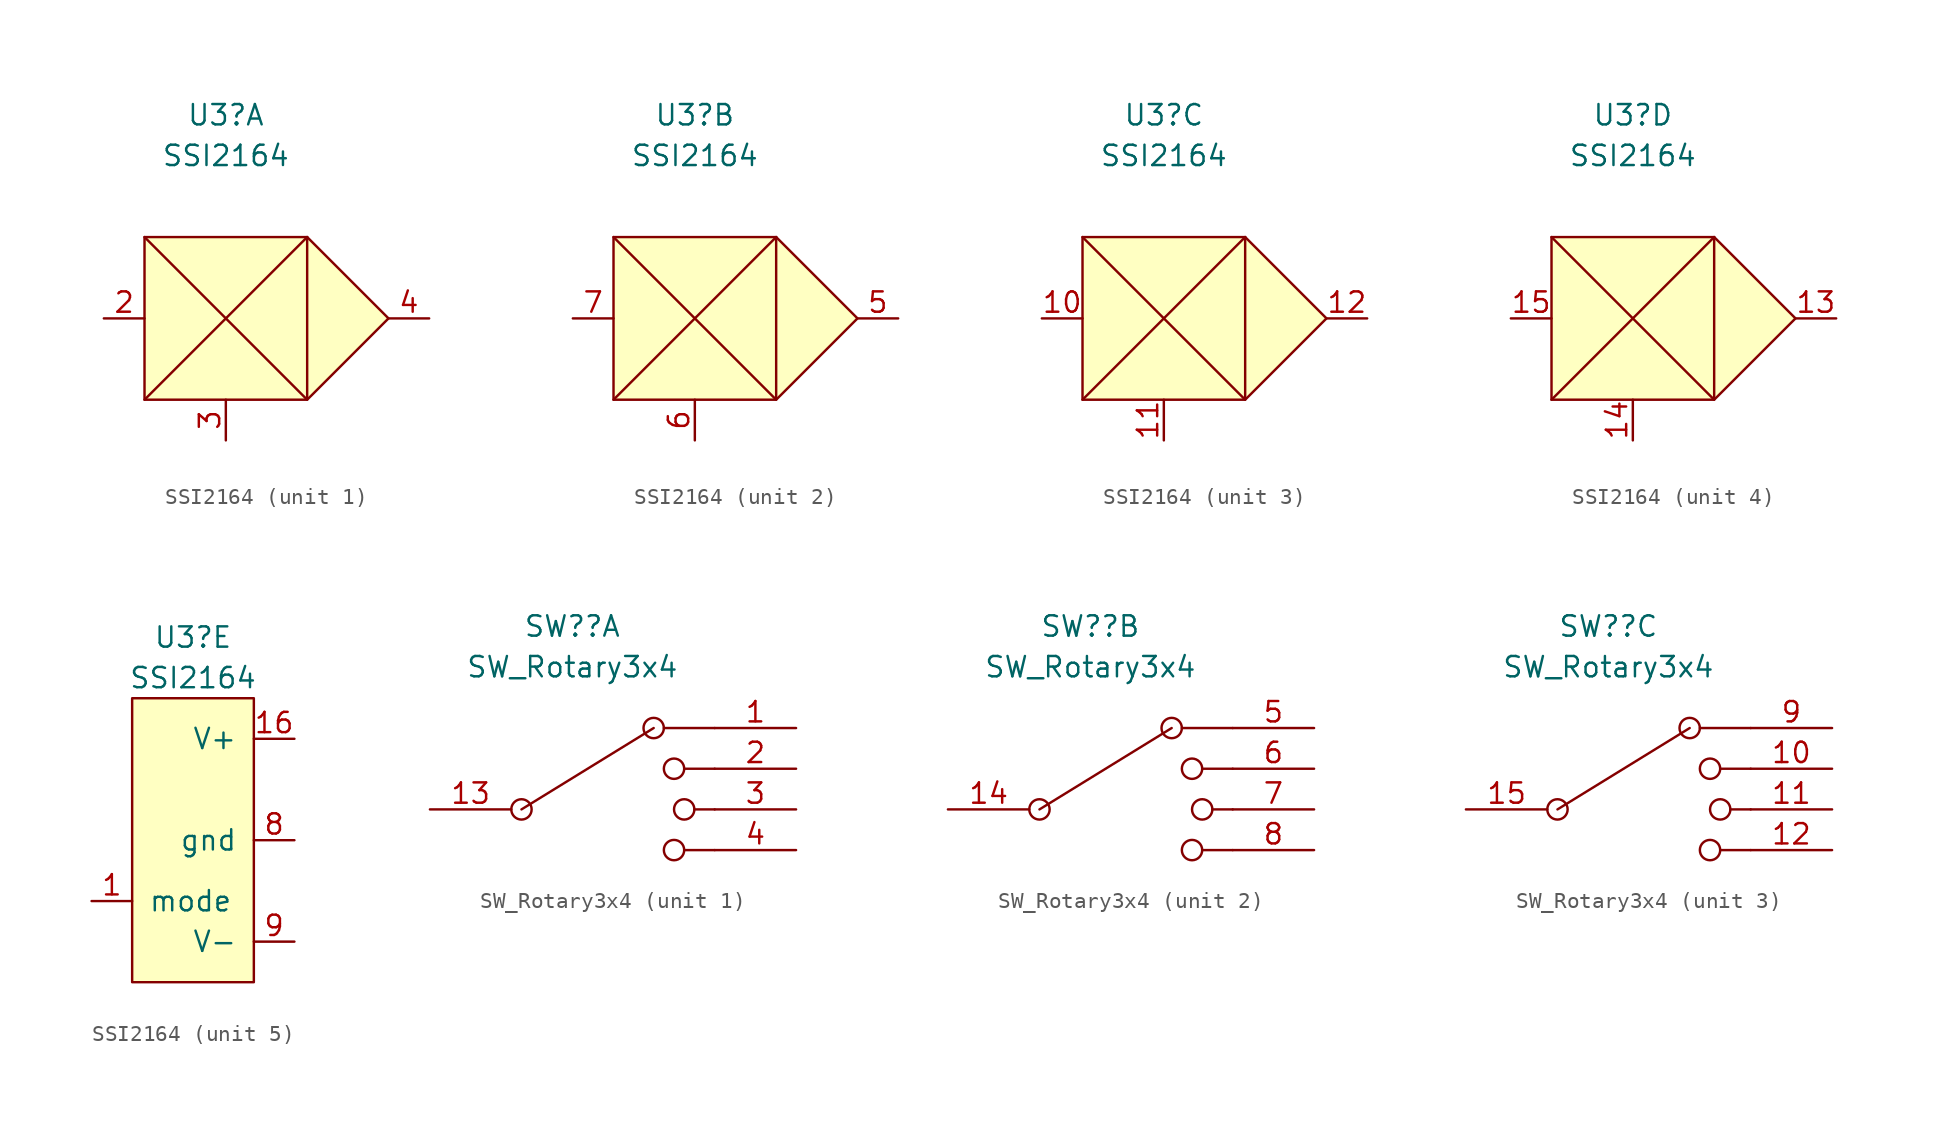
<source format=kicad_sym>
(kicad_symbol_lib
  (version 20220914)
  (generator kicad_symbol_editor)
  (symbol "SSI2164"
    (pin_names
      (offset 1.016))
    (property "Reference" "U3"
      (at 0 12.7 0)
      (effects (font (size 1.27 1.27))))
    (property "Value" "SSI2164"
      (at 0 10.16 0)
      (effects (font (size 1.27 1.27))))
    (property "ki_locked" ""
      (at 0 0 0)
      (effects (font (size 1.27 1.27))))
    (symbol "SSI2164_1_1"
      (rectangle (start -5.08 5.08) (end 5.08 -5.08) (stroke (width 0) (type default)) (fill (type background)))
      (polyline (pts (xy 5.08 5.08) (xy -5.08 -5.08)) (stroke (width 0) (type default)) (fill (type none)))
      (polyline (pts (xy 5.08 5.08) (xy 10.16 0) (xy 5.08 -5.08) (xy -5.08 5.08)) (stroke (width 0) (type default)) (fill (type background)))
      (pin input line (at -7.62 0 0) (length 2.54) (name "~" (effects (font (size 1.27 1.27)))) (number "2" (effects (font (size 1.27 1.27)))))
      (pin input line (at 0 -7.62 90) (length 2.54) (name "~" (effects (font (size 1.27 1.27)))) (number "3" (effects (font (size 1.27 1.27)))))
      (pin output line (at 12.7 0 180) (length 2.54) (name "~" (effects (font (size 1.27 1.27)))) (number "4" (effects (font (size 1.27 1.27))))))
    (symbol "SSI2164_2_1"
      (rectangle (start -5.08 5.08) (end 5.08 -5.08) (stroke (width 0) (type default)) (fill (type background)))
      (polyline (pts (xy 5.08 5.08) (xy -5.08 -5.08)) (stroke (width 0) (type default)) (fill (type none)))
      (polyline (pts (xy 5.08 5.08) (xy 10.16 0) (xy 5.08 -5.08) (xy -5.08 5.08)) (stroke (width 0) (type default)) (fill (type background)))
      (pin output line (at 12.7 0 180) (length 2.54) (name "~" (effects (font (size 1.27 1.27)))) (number "5" (effects (font (size 1.27 1.27)))))
      (pin input line (at 0 -7.62 90) (length 2.54) (name "~" (effects (font (size 1.27 1.27)))) (number "6" (effects (font (size 1.27 1.27)))))
      (pin input line (at -7.62 0 0) (length 2.54) (name "~" (effects (font (size 1.27 1.27)))) (number "7" (effects (font (size 1.27 1.27))))))
    (symbol "SSI2164_3_1"
      (rectangle (start -5.08 5.08) (end 5.08 -5.08) (stroke (width 0) (type default)) (fill (type background)))
      (polyline (pts (xy 5.08 5.08) (xy -5.08 -5.08)) (stroke (width 0) (type default)) (fill (type none)))
      (polyline (pts (xy 5.08 5.08) (xy 10.16 0) (xy 5.08 -5.08) (xy -5.08 5.08)) (stroke (width 0) (type default)) (fill (type background)))
      (pin input line (at -7.62 0 0) (length 2.54) (name "~" (effects (font (size 1.27 1.27)))) (number "10" (effects (font (size 1.27 1.27)))))
      (pin input line (at 0 -7.62 90) (length 2.54) (name "~" (effects (font (size 1.27 1.27)))) (number "11" (effects (font (size 1.27 1.27)))))
      (pin output line (at 12.7 0 180) (length 2.54) (name "~" (effects (font (size 1.27 1.27)))) (number "12" (effects (font (size 1.27 1.27))))))
    (symbol "SSI2164_4_1"
      (rectangle (start -5.08 5.08) (end 5.08 -5.08) (stroke (width 0) (type default)) (fill (type background)))
      (polyline (pts (xy 5.08 5.08) (xy -5.08 -5.08)) (stroke (width 0) (type default)) (fill (type none)))
      (polyline (pts (xy 5.08 5.08) (xy 10.16 0) (xy 5.08 -5.08) (xy -5.08 5.08)) (stroke (width 0) (type default)) (fill (type background)))
      (pin output line (at 12.7 0 180) (length 2.54) (name "~" (effects (font (size 1.27 1.27)))) (number "13" (effects (font (size 1.27 1.27)))))
      (pin input line (at 0 -7.62 90) (length 2.54) (name "~" (effects (font (size 1.27 1.27)))) (number "14" (effects (font (size 1.27 1.27)))))
      (pin input line (at -7.62 0 0) (length 2.54) (name "~" (effects (font (size 1.27 1.27)))) (number "15" (effects (font (size 1.27 1.27))))))
    (symbol "SSI2164_5_1"
      (rectangle (start -3.81 8.89) (end 3.81 -8.89) (stroke (width 0) (type default)) (fill (type background)))
      (pin input line (at -6.35 -3.81 0) (length 2.54) (name "mode" (effects (font (size 1.27 1.27)))) (number "1" (effects (font (size 1.27 1.27)))))
      (pin power_in line (at 6.35 6.35 180) (length 2.54) (name "V+" (effects (font (size 1.27 1.27)))) (number "16" (effects (font (size 1.27 1.27)))))
      (pin power_in line (at 6.35 0 180) (length 2.54) (name "gnd" (effects (font (size 1.27 1.27)))) (number "8" (effects (font (size 1.27 1.27)))))
      (pin power_in line (at 6.35 -6.35 180) (length 2.54) (name "V-" (effects (font (size 1.27 1.27)))) (number "9" (effects (font (size 1.27 1.27)))))))
  (symbol "SW_Rotary3x4"
    (pin_names
      (offset 1.016) hide)
    (property "Reference" "SW?"
      (at -1.27 11.43 0)
      (effects (font (size 1.27 1.27))))
    (property "Value" "SW_Rotary3x4"
      (at -1.27 8.89 0)
      (effects (font (size 1.27 1.27))))
    (property "ki_locked" ""
      (at 0 0 0)
      (effects (font (size 1.27 1.27))))
    (symbol "SW_Rotary3x4_0_0"
      (circle (center -4.445 0) (radius 0.635) (stroke (width 0) (type default)) (fill (type none)))
      (polyline (pts (xy -4.445 0) (xy 3.81 5.08)) (stroke (width 0) (type default)) (fill (type none)))
      (polyline (pts (xy 4.445 5.08) (xy 7.62 5.08)) (stroke (width 0) (type default)) (fill (type none)))
      (polyline (pts (xy 5.715 -2.54) (xy 7.62 -2.54)) (stroke (width 0) (type default)) (fill (type none)))
      (polyline (pts (xy 5.715 2.54) (xy 7.62 2.54)) (stroke (width 0) (type default)) (fill (type none)))
      (polyline (pts (xy 6.35 0) (xy 7.62 0)) (stroke (width 0) (type default)) (fill (type none)))
      (circle (center 3.81 5.08) (radius 0.635) (stroke (width 0) (type default)) (fill (type none)))
      (circle (center 5.08 -2.54) (radius 0.635) (stroke (width 0) (type default)) (fill (type none)))
      (circle (center 5.08 2.54) (radius 0.635) (stroke (width 0) (type default)) (fill (type none)))
      (circle (center 5.715 0) (radius 0.635) (stroke (width 0) (type default)) (fill (type none))))
    (symbol "SW_Rotary3x4_1_1"
      (pin passive line (at 12.7 5.08 180) (length 5.08) (name "1" (effects (font (size 1.27 1.27)))) (number "1" (effects (font (size 1.27 1.27)))))
      (pin passive line (at -10.16 0 0) (length 5.08) (name "13" (effects (font (size 1.27 1.27)))) (number "13" (effects (font (size 1.27 1.27)))))
      (pin passive line (at 12.7 2.54 180) (length 5.08) (name "2" (effects (font (size 1.27 1.27)))) (number "2" (effects (font (size 1.27 1.27)))))
      (pin passive line (at 12.7 0 180) (length 5.08) (name "3" (effects (font (size 1.27 1.27)))) (number "3" (effects (font (size 1.27 1.27)))))
      (pin passive line (at 12.7 -2.54 180) (length 5.08) (name "4" (effects (font (size 1.27 1.27)))) (number "4" (effects (font (size 1.27 1.27))))))
    (symbol "SW_Rotary3x4_2_1"
      (pin passive line (at -10.16 0 0) (length 5.08) (name "14" (effects (font (size 1.27 1.27)))) (number "14" (effects (font (size 1.27 1.27)))))
      (pin passive line (at 12.7 5.08 180) (length 5.08) (name "5" (effects (font (size 1.27 1.27)))) (number "5" (effects (font (size 1.27 1.27)))))
      (pin passive line (at 12.7 2.54 180) (length 5.08) (name "6" (effects (font (size 1.27 1.27)))) (number "6" (effects (font (size 1.27 1.27)))))
      (pin passive line (at 12.7 0 180) (length 5.08) (name "7" (effects (font (size 1.27 1.27)))) (number "7" (effects (font (size 1.27 1.27)))))
      (pin passive line (at 12.7 -2.54 180) (length 5.08) (name "8" (effects (font (size 1.27 1.27)))) (number "8" (effects (font (size 1.27 1.27))))))
    (symbol "SW_Rotary3x4_3_1"
      (pin passive line (at 12.7 2.54 180) (length 5.08) (name "10" (effects (font (size 1.27 1.27)))) (number "10" (effects (font (size 1.27 1.27)))))
      (pin passive line (at 12.7 0 180) (length 5.08) (name "11" (effects (font (size 1.27 1.27)))) (number "11" (effects (font (size 1.27 1.27)))))
      (pin passive line (at 12.7 -2.54 180) (length 5.08) (name "12" (effects (font (size 1.27 1.27)))) (number "12" (effects (font (size 1.27 1.27)))))
      (pin passive line (at -10.16 0 0) (length 5.08) (name "15" (effects (font (size 1.27 1.27)))) (number "15" (effects (font (size 1.27 1.27)))))
      (pin passive line (at 12.7 5.08 180) (length 5.08) (name "9" (effects (font (size 1.27 1.27)))) (number "9" (effects (font (size 1.27 1.27))))))))
</source>
